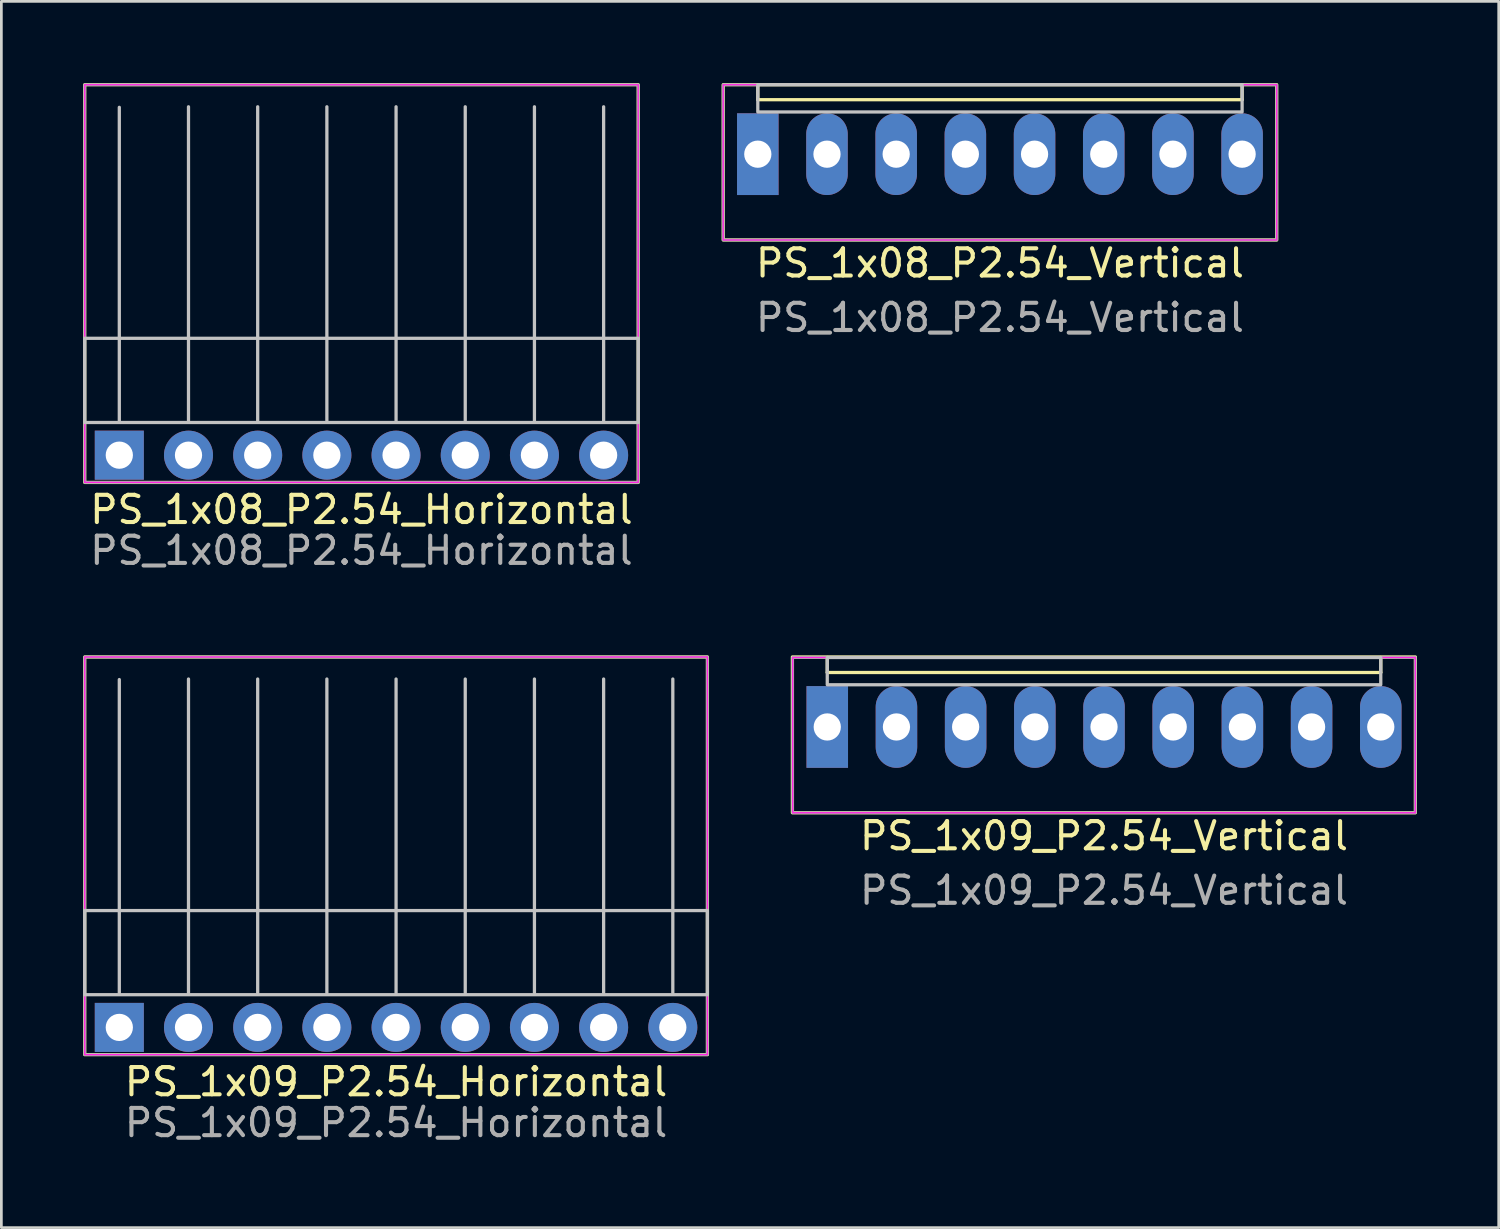
<source format=kicad_pcb>
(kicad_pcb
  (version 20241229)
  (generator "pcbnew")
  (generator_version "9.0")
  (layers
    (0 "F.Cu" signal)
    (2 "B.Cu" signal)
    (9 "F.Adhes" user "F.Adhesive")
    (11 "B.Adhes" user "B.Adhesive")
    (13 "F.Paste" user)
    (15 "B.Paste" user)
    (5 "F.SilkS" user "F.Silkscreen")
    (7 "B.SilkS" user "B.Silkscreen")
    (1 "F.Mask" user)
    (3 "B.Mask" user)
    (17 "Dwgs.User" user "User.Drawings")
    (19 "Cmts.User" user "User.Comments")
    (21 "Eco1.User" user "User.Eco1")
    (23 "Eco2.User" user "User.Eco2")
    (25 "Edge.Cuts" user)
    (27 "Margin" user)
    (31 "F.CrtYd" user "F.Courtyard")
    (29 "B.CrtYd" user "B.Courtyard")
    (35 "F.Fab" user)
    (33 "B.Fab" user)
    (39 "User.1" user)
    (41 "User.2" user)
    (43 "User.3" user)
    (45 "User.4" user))
  (footprint "PS_1x09_P2.54_Vertical"
    (layer "F.Cu")
    (at 27.32 23.638)
    (property "Reference" "PS_1x09_P2.54_Vertical" (at 10.16 4 0) (layer "F.SilkS") (effects (font (size 1 1) (thickness 0.15))))
    (attr through_hole)
    (fp_line (start 0 -2) (end 0 -2.55) (stroke (width 0.12) (type default)) (layer "F.SilkS"))
    (fp_line (start 0 -2) (end 20.32 -2) (stroke (width 0.12) (type default)) (layer "F.SilkS"))
    (fp_line (start 20.32 -2) (end 20.32 -2.55) (stroke (width 0.12) (type default)) (layer "F.SilkS"))
    (fp_rect (start -1.28 -2.57) (end 21.59 3.15) (stroke (width 0.12) (type default)) (fill no) (layer "F.SilkS"))
    (fp_rect (start 0 -2.55) (end 20.32 -1.55) (stroke (width 0.12) (type solid)) (fill no) (layer "Dwgs.User"))
    (fp_rect (start -1.27 -2.55) (end 21.59 3.15) (stroke (width 0.05) (type default)) (fill no) (layer "F.CrtYd"))
    (fp_rect (start -1.27 -2.55) (end 21.59 3.15) (stroke (width 0.1) (type default)) (fill no) (layer "F.Fab"))
    (fp_text user "${REFERENCE}" (at 10.16 6 0) (layer "F.Fab") (effects (font (size 1 1) (thickness 0.15))))
    (pad "1" thru_hole rect (at 0 0) (size 1.524 3) (drill 1) (layers "*.Cu" "*.Mask"))
    (pad "2" thru_hole oval (at 2.54 0) (size 1.524 3) (drill 1) (layers "*.Cu" "*.Mask"))
    (pad "3" thru_hole oval (at 5.08 0) (size 1.524 3) (drill 1) (layers "*.Cu" "*.Mask"))
    (pad "4" thru_hole oval (at 7.62 0) (size 1.524 3) (drill 1) (layers "*.Cu" "*.Mask"))
    (pad "5" thru_hole oval (at 10.16 0) (size 1.524 3) (drill 1) (layers "*.Cu" "*.Mask"))
    (pad "6" thru_hole oval (at 12.7 0) (size 1.524 3) (drill 1) (layers "*.Cu" "*.Mask"))
    (pad "7" thru_hole oval (at 15.24 0) (size 1.524 3) (drill 1) (layers "*.Cu" "*.Mask"))
    (pad "8" thru_hole oval (at 17.78 0) (size 1.524 3) (drill 1) (layers "*.Cu" "*.Mask"))
    (pad "9" thru_hole oval (at 20.32 0) (size 1.524 3) (drill 1) (layers "*.Cu" "*.Mask")))
  (footprint "PS_1x09_P2.54_Horizontal"
    (layer "F.Cu")
    (at 1.33 34.668)
    (property "Reference" "PS_1x09_P2.54_Horizontal" (at 10.16 2 0) (layer "F.SilkS") (effects (font (size 1 1) (thickness 0.15))))
    (attr through_hole)
    (fp_rect (start -1.27 -13.6) (end 21.59 1) (stroke (width 0.12) (type default)) (fill no) (layer "F.SilkS"))
    (fp_line (start 0 -1.27) (end 0 -12.77) (stroke (width 0.12) (type solid)) (layer "Dwgs.User"))
    (fp_line (start 2.54 -1.27) (end 2.54 -12.79) (stroke (width 0.12) (type solid)) (layer "Dwgs.User"))
    (fp_line (start 5.08 -1.27) (end 5.08 -12.79) (stroke (width 0.12) (type solid)) (layer "Dwgs.User"))
    (fp_line (start 7.62 -1.27) (end 7.62 -12.79) (stroke (width 0.12) (type solid)) (layer "Dwgs.User"))
    (fp_line (start 10.16 -1.27) (end 10.16 -12.79) (stroke (width 0.12) (type solid)) (layer "Dwgs.User"))
    (fp_line (start 12.7 -1.27) (end 12.7 -12.79) (stroke (width 0.12) (type solid)) (layer "Dwgs.User"))
    (fp_line (start 15.24 -1.27) (end 15.24 -12.79) (stroke (width 0.12) (type solid)) (layer "Dwgs.User"))
    (fp_line (start 17.78 -1.27) (end 17.78 -12.79) (stroke (width 0.12) (type solid)) (layer "Dwgs.User"))
    (fp_line (start 20.32 -1.27) (end 20.32 -12.79) (stroke (width 0.12) (type solid)) (layer "Dwgs.User"))
    (fp_rect (start -1.27 -4.29) (end 21.59 -1.2) (stroke (width 0.12) (type solid)) (fill no) (layer "Dwgs.User"))
    (fp_rect (start -1.27 -13.6) (end 21.59 1) (stroke (width 0.05) (type default)) (fill no) (layer "F.CrtYd"))
    (fp_rect (start -1.27 -13.6) (end 21.59 1) (stroke (width 0.1) (type default)) (fill no) (layer "F.Fab"))
    (fp_text user "${REFERENCE}" (at 10.16 3.5 0) (layer "F.Fab") (effects (font (size 1 1) (thickness 0.15))))
    (pad "1" thru_hole rect (at 0 0) (size 1.8 1.8) (drill 1) (layers "*.Cu" "*.Mask"))
    (pad "2" thru_hole circle (at 2.54 0) (size 1.8 1.8) (drill 1) (layers "*.Cu" "*.Mask"))
    (pad "3" thru_hole circle (at 5.08 0) (size 1.8 1.8) (drill 1) (layers "*.Cu" "*.Mask"))
    (pad "4" thru_hole circle (at 7.62 0) (size 1.8 1.8) (drill 1) (layers "*.Cu" "*.Mask"))
    (pad "5" thru_hole circle (at 10.16 0) (size 1.8 1.8) (drill 1) (layers "*.Cu" "*.Mask"))
    (pad "6" thru_hole circle (at 12.7 0) (size 1.8 1.8) (drill 1) (layers "*.Cu" "*.Mask"))
    (pad "7" thru_hole circle (at 15.24 0) (size 1.8 1.8) (drill 1) (layers "*.Cu" "*.Mask"))
    (pad "8" thru_hole circle (at 17.78 0) (size 1.8 1.8) (drill 1) (layers "*.Cu" "*.Mask"))
    (pad "9" thru_hole circle (at 20.32 0) (size 1.8 1.8) (drill 1) (layers "*.Cu" "*.Mask")))
  (footprint "PS_1x08_P2.54_Vertical"
    (layer "F.Cu")
    (at 24.77 2.61)
    (property "Reference" "PS_1x08_P2.54_Vertical" (at 8.89 4 0) (layer "F.SilkS") (effects (font (size 1 1) (thickness 0.15))))
    (attr through_hole)
    (fp_line (start 0 -2) (end 0 -2.55) (stroke (width 0.12) (type default)) (layer "F.SilkS"))
    (fp_line (start 0 -2) (end 17.78 -2) (stroke (width 0.12) (type default)) (layer "F.SilkS"))
    (fp_line (start 17.78 -2) (end 17.78 -2.54) (stroke (width 0.12) (type default)) (layer "F.SilkS"))
    (fp_rect (start -1.27 -2.55) (end 19.05 3.15) (stroke (width 0.12) (type default)) (fill no) (layer "F.SilkS"))
    (fp_rect (start 0 -2.55) (end 17.78 -1.55) (stroke (width 0.12) (type solid)) (fill no) (layer "Dwgs.User"))
    (fp_rect (start -1.27 -2.55) (end 19.05 3.15) (stroke (width 0.05) (type default)) (fill no) (layer "F.CrtYd"))
    (fp_rect (start -1.27 -2.55) (end 19.05 3.15) (stroke (width 0.1) (type default)) (fill no) (layer "F.Fab"))
    (fp_text user "${REFERENCE}" (at 8.89 6 0) (layer "F.Fab") (effects (font (size 1 1) (thickness 0.15))))
    (pad "1" thru_hole rect (at 0 0) (size 1.524 3) (drill 1) (layers "*.Cu" "*.Mask"))
    (pad "2" thru_hole oval (at 2.54 0) (size 1.524 3) (drill 1) (layers "*.Cu" "*.Mask"))
    (pad "3" thru_hole oval (at 5.08 0) (size 1.524 3) (drill 1) (layers "*.Cu" "*.Mask"))
    (pad "4" thru_hole oval (at 7.62 0) (size 1.524 3) (drill 1) (layers "*.Cu" "*.Mask"))
    (pad "5" thru_hole oval (at 10.16 0) (size 1.524 3) (drill 1) (layers "*.Cu" "*.Mask"))
    (pad "6" thru_hole oval (at 12.7 0) (size 1.524 3) (drill 1) (layers "*.Cu" "*.Mask"))
    (pad "7" thru_hole oval (at 15.24 0) (size 1.524 3) (drill 1) (layers "*.Cu" "*.Mask"))
    (pad "8" thru_hole oval (at 17.78 0) (size 1.524 3) (drill 1) (layers "*.Cu" "*.Mask")))
  (footprint "PS_1x08_P2.54_Horizontal"
    (layer "F.Cu")
    (at 1.33 13.66)
    (property "Reference" "PS_1x08_P2.54_Horizontal" (at 8.89 2 0) (layer "F.SilkS") (effects (font (size 1 1) (thickness 0.15))))
    (attr through_hole)
    (fp_rect (start -1.27 -13.6) (end 19.05 1) (stroke (width 0.12) (type default)) (fill no) (layer "F.SilkS"))
    (fp_line (start 0 -1.27) (end 0 -12.77) (stroke (width 0.12) (type solid)) (layer "Dwgs.User"))
    (fp_line (start 2.54 -1.27) (end 2.54 -12.79) (stroke (width 0.12) (type solid)) (layer "Dwgs.User"))
    (fp_line (start 5.08 -1.27) (end 5.08 -12.79) (stroke (width 0.12) (type solid)) (layer "Dwgs.User"))
    (fp_line (start 7.62 -1.27) (end 7.62 -12.79) (stroke (width 0.12) (type solid)) (layer "Dwgs.User"))
    (fp_line (start 10.16 -1.27) (end 10.16 -12.79) (stroke (width 0.12) (type solid)) (layer "Dwgs.User"))
    (fp_line (start 12.7 -1.27) (end 12.7 -12.79) (stroke (width 0.12) (type solid)) (layer "Dwgs.User"))
    (fp_line (start 15.24 -1.27) (end 15.24 -12.79) (stroke (width 0.12) (type solid)) (layer "Dwgs.User"))
    (fp_line (start 17.78 -1.27) (end 17.78 -12.79) (stroke (width 0.12) (type solid)) (layer "Dwgs.User"))
    (fp_rect (start -1.27 -4.29) (end 19.05 -1.2) (stroke (width 0.12) (type solid)) (fill no) (layer "Dwgs.User"))
    (fp_rect (start -1.27 -13.6) (end 19.05 1) (stroke (width 0.05) (type default)) (fill no) (layer "F.CrtYd"))
    (fp_rect (start -1.27 -13.6) (end 19.05 1) (stroke (width 0.1) (type default)) (fill no) (layer "F.Fab"))
    (fp_text user "${REFERENCE}" (at 8.89 3.5 0) (layer "F.Fab") (effects (font (size 1 1) (thickness 0.15))))
    (pad "1" thru_hole rect (at 0 0) (size 1.8 1.8) (drill 1) (layers "*.Cu" "*.Mask"))
    (pad "2" thru_hole circle (at 2.54 0) (size 1.8 1.8) (drill 1) (layers "*.Cu" "*.Mask"))
    (pad "3" thru_hole circle (at 5.08 0) (size 1.8 1.8) (drill 1) (layers "*.Cu" "*.Mask"))
    (pad "4" thru_hole circle (at 7.62 0) (size 1.8 1.8) (drill 1) (layers "*.Cu" "*.Mask"))
    (pad "5" thru_hole circle (at 10.16 0) (size 1.8 1.8) (drill 1) (layers "*.Cu" "*.Mask"))
    (pad "6" thru_hole circle (at 12.7 0) (size 1.8 1.8) (drill 1) (layers "*.Cu" "*.Mask"))
    (pad "7" thru_hole circle (at 15.24 0) (size 1.8 1.8) (drill 1) (layers "*.Cu" "*.Mask"))
    (pad "8" thru_hole circle (at 17.78 0) (size 1.8 1.8) (drill 1) (layers "*.Cu" "*.Mask")))
  (gr_rect
    (start -3 -3)
    (end 51.97 42.017)
    (stroke (width 0.1) (type default))
    (fill no)
    (layer "Edge.Cuts")))
</source>
